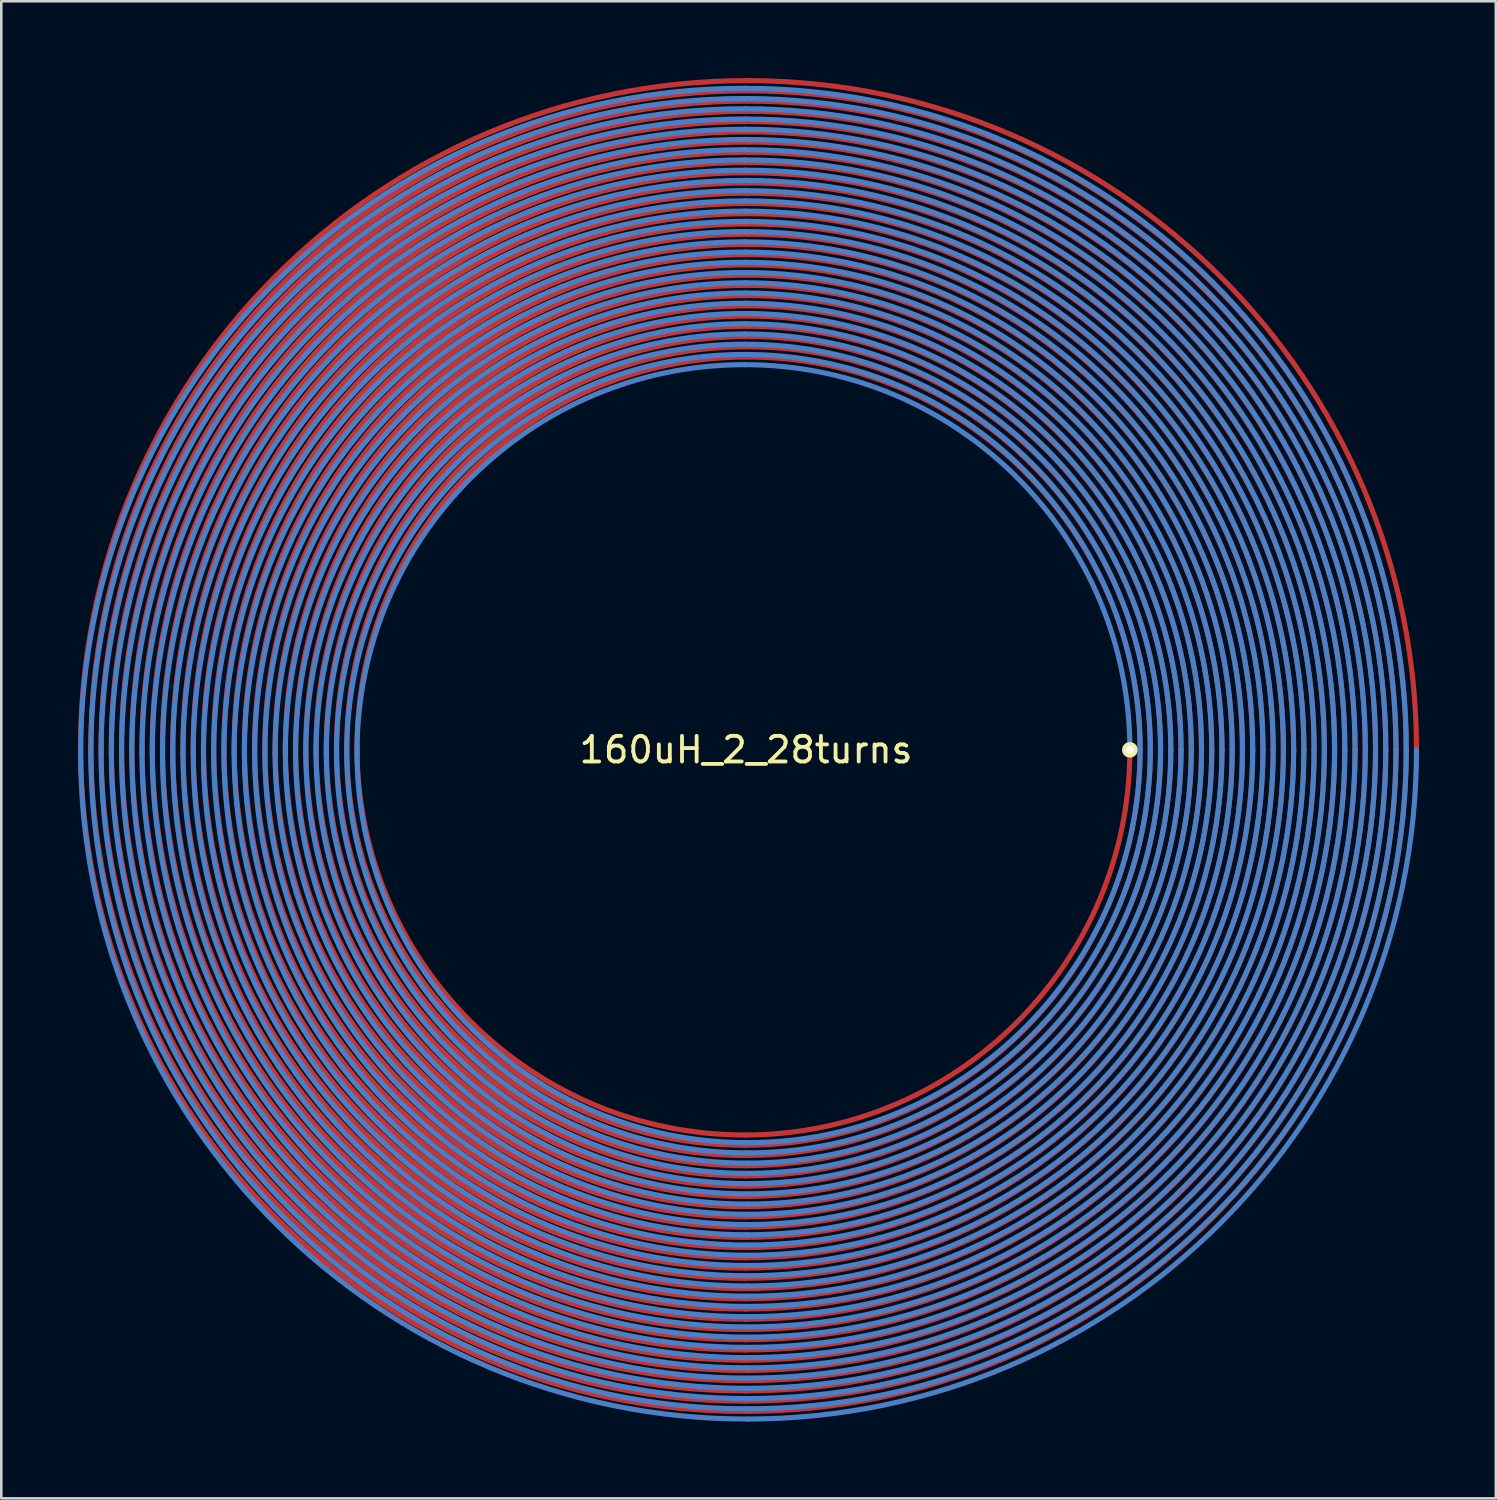
<source format=kicad_pcb>
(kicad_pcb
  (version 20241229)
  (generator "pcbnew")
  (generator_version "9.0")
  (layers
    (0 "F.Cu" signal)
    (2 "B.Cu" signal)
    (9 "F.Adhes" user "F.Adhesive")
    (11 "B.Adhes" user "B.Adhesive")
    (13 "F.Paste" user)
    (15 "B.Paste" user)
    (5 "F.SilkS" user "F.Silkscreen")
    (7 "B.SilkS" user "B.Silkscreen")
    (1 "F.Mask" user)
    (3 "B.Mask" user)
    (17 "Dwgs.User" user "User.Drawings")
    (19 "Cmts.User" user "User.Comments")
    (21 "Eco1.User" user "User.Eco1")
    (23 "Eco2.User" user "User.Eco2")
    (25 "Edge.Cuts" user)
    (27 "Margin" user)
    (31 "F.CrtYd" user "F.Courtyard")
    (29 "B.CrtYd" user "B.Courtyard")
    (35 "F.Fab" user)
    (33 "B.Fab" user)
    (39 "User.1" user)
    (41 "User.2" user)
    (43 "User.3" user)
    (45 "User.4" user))
  (footprint "160uH_2_28turns"
    (layer "F.Cu")
    (at 26.1 26.25)
    (property "Reference" "160uH_2_28turns" (at 0 0 0) (layer "F.SilkS") (effects (font (size 1 1) (thickness 0.15))))
    (attr smd)
    (fp_arc (start -26 -0.1) (mid -18.370132 -18.520132) (end 0.05 -26.15) (stroke (width 0.2) (type solid)) (layer "F.Cu"))
    (fp_arc (start -25.6 -0.1) (mid -18.087289 -18.237289) (end 0.05 -25.75) (stroke (width 0.2) (type solid)) (layer "F.Cu"))
    (fp_arc (start -25.2 -0.1) (mid -17.804446 -17.954446) (end 0.05 -25.35) (stroke (width 0.2) (type solid)) (layer "F.Cu"))
    (fp_arc (start -24.8 -0.1) (mid -17.521604 -17.671604) (end 0.05 -24.95) (stroke (width 0.2) (type solid)) (layer "F.Cu"))
    (fp_arc (start -24.4 -0.1) (mid -17.238761 -17.388761) (end 0.05 -24.55) (stroke (width 0.2) (type solid)) (layer "F.Cu"))
    (fp_arc (start -24 -0.1) (mid -16.955918 -17.105918) (end 0.05 -24.15) (stroke (width 0.2) (type solid)) (layer "F.Cu"))
    (fp_arc (start -23.6 -0.1) (mid -16.673075 -16.823075) (end 0.05 -23.75) (stroke (width 0.2) (type solid)) (layer "F.Cu"))
    (fp_arc (start -23.2 -0.1) (mid -16.390233 -16.540233) (end 0.05 -23.35) (stroke (width 0.2) (type solid)) (layer "F.Cu"))
    (fp_arc (start -22.8 -0.1) (mid -16.10739 -16.25739) (end 0.05 -22.95) (stroke (width 0.2) (type solid)) (layer "F.Cu"))
    (fp_arc (start -22.4 -0.1) (mid -15.824547 -15.974547) (end 0.05 -22.55) (stroke (width 0.2) (type solid)) (layer "F.Cu"))
    (fp_arc (start -22 -0.1) (mid -15.541705 -15.691705) (end 0.05 -22.15) (stroke (width 0.2) (type solid)) (layer "F.Cu"))
    (fp_arc (start -21.6 -0.1) (mid -15.258862 -15.408862) (end 0.05 -21.75) (stroke (width 0.2) (type solid)) (layer "F.Cu"))
    (fp_arc (start -21.2 -0.1) (mid -14.976019 -15.126019) (end 0.05 -21.35) (stroke (width 0.2) (type solid)) (layer "F.Cu"))
    (fp_arc (start -20.8 -0.1) (mid -14.693176 -14.843176) (end 0.05 -20.95) (stroke (width 0.2) (type solid)) (layer "F.Cu"))
    (fp_arc (start -20.4 -0.1) (mid -14.410334 -14.560334) (end 0.05 -20.55) (stroke (width 0.2) (type solid)) (layer "F.Cu"))
    (fp_arc (start -20 -0.1) (mid -14.127491 -14.277491) (end 0.05 -20.15) (stroke (width 0.2) (type solid)) (layer "F.Cu"))
    (fp_arc (start -19.6 -0.1) (mid -13.844648 -13.994648) (end 0.05 -19.75) (stroke (width 0.2) (type solid)) (layer "F.Cu"))
    (fp_arc (start -19.2 -0.1) (mid -13.561806 -13.711806) (end 0.05 -19.35) (stroke (width 0.2) (type solid)) (layer "F.Cu"))
    (fp_arc (start -18.8 -0.1) (mid -13.278963 -13.428963) (end 0.05 -18.95) (stroke (width 0.2) (type solid)) (layer "F.Cu"))
    (fp_arc (start -18.4 -0.1) (mid -12.99612 -13.14612) (end 0.05 -18.55) (stroke (width 0.2) (type solid)) (layer "F.Cu"))
    (fp_arc (start -18 -0.1) (mid -12.713277 -12.863277) (end 0.05 -18.15) (stroke (width 0.2) (type solid)) (layer "F.Cu"))
    (fp_arc (start -17.6 -0.1) (mid -12.430435 -12.580435) (end 0.05 -17.75) (stroke (width 0.2) (type solid)) (layer "F.Cu"))
    (fp_arc (start -17.2 -0.1) (mid -12.147592 -12.297592) (end 0.05 -17.35) (stroke (width 0.2) (type solid)) (layer "F.Cu"))
    (fp_arc (start -16.8 -0.1) (mid -11.864749 -12.014749) (end 0.05 -16.95) (stroke (width 0.2) (type solid)) (layer "F.Cu"))
    (fp_arc (start -16.4 -0.1) (mid -11.581907 -11.731907) (end 0.05 -16.55) (stroke (width 0.2) (type solid)) (layer "F.Cu"))
    (fp_arc (start -16 -0.1) (mid -11.299064 -11.449064) (end 0.05 -16.15) (stroke (width 0.2) (type solid)) (layer "F.Cu"))
    (fp_arc (start -15.6 -0.1) (mid -11.016221 -11.166221) (end 0.05 -15.75) (stroke (width 0.2) (type solid)) (layer "F.Cu"))
    (fp_arc (start -15.2 -0.1) (mid -10.733378 -10.883378) (end 0.05 -15.35) (stroke (width 0.2) (type solid)) (layer "F.Cu"))
    (fp_arc (start -0.05 15.05) (mid -10.762668 10.612668) (end -15.2 -0.1) (stroke (width 0.2) (type solid)) (layer "F.Cu"))
    (fp_arc (start -0.05 15.45) (mid -11.04551 10.89551) (end -15.6 -0.1) (stroke (width 0.2) (type solid)) (layer "F.Cu"))
    (fp_arc (start -0.05 15.85) (mid -11.328353 11.178353) (end -16 -0.1) (stroke (width 0.2) (type solid)) (layer "F.Cu"))
    (fp_arc (start -0.05 16.25) (mid -11.611196 11.461196) (end -16.4 -0.1) (stroke (width 0.2) (type solid)) (layer "F.Cu"))
    (fp_arc (start -0.05 16.65) (mid -11.894039 11.744039) (end -16.8 -0.1) (stroke (width 0.2) (type solid)) (layer "F.Cu"))
    (fp_arc (start -0.05 17.05) (mid -12.176881 12.026881) (end -17.2 -0.1) (stroke (width 0.2) (type solid)) (layer "F.Cu"))
    (fp_arc (start -0.05 17.45) (mid -12.459724 12.309724) (end -17.6 -0.1) (stroke (width 0.2) (type solid)) (layer "F.Cu"))
    (fp_arc (start -0.05 17.85) (mid -12.742567 12.592567) (end -18 -0.1) (stroke (width 0.2) (type solid)) (layer "F.Cu"))
    (fp_arc (start -0.05 18.25) (mid -13.025409 12.875409) (end -18.4 -0.1) (stroke (width 0.2) (type solid)) (layer "F.Cu"))
    (fp_arc (start -0.05 18.65) (mid -13.308252 13.158252) (end -18.8 -0.1) (stroke (width 0.2) (type solid)) (layer "F.Cu"))
    (fp_arc (start -0.05 19.05) (mid -13.591095 13.441095) (end -19.2 -0.1) (stroke (width 0.2) (type solid)) (layer "F.Cu"))
    (fp_arc (start -0.05 19.45) (mid -13.873938 13.723938) (end -19.6 -0.1) (stroke (width 0.2) (type solid)) (layer "F.Cu"))
    (fp_arc (start -0.05 19.85) (mid -14.15678 14.00678) (end -20 -0.1) (stroke (width 0.2) (type solid)) (layer "F.Cu"))
    (fp_arc (start -0.05 20.25) (mid -14.439623 14.289623) (end -20.4 -0.1) (stroke (width 0.2) (type solid)) (layer "F.Cu"))
    (fp_arc (start -0.05 20.65) (mid -14.722466 14.572466) (end -20.8 -0.1) (stroke (width 0.2) (type solid)) (layer "F.Cu"))
    (fp_arc (start -0.05 21.05) (mid -15.005308 14.855308) (end -21.2 -0.1) (stroke (width 0.2) (type solid)) (layer "F.Cu"))
    (fp_arc (start -0.05 21.45) (mid -15.288151 15.138151) (end -21.6 -0.1) (stroke (width 0.2) (type solid)) (layer "F.Cu"))
    (fp_arc (start -0.05 21.85) (mid -15.570994 15.420994) (end -22 -0.1) (stroke (width 0.2) (type solid)) (layer "F.Cu"))
    (fp_arc (start -0.05 22.25) (mid -15.853837 15.703837) (end -22.4 -0.1) (stroke (width 0.2) (type solid)) (layer "F.Cu"))
    (fp_arc (start -0.05 22.65) (mid -16.136679 15.986679) (end -22.8 -0.1) (stroke (width 0.2) (type solid)) (layer "F.Cu"))
    (fp_arc (start -0.05 23.05) (mid -16.419522 16.269522) (end -23.2 -0.1) (stroke (width 0.2) (type solid)) (layer "F.Cu"))
    (fp_arc (start -0.05 23.45) (mid -16.702365 16.552365) (end -23.6 -0.1) (stroke (width 0.2) (type solid)) (layer "F.Cu"))
    (fp_arc (start -0.05 23.85) (mid -16.985207 16.835207) (end -24 -0.1) (stroke (width 0.2) (type solid)) (layer "F.Cu"))
    (fp_arc (start -0.05 24.25) (mid -17.26805 17.11805) (end -24.4 -0.1) (stroke (width 0.2) (type solid)) (layer "F.Cu"))
    (fp_arc (start -0.05 24.65) (mid -17.550893 17.400893) (end -24.8 -0.1) (stroke (width 0.2) (type solid)) (layer "F.Cu"))
    (fp_arc (start -0.05 25.05) (mid -17.833736 17.683736) (end -25.2 -0.1) (stroke (width 0.2) (type solid)) (layer "F.Cu"))
    (fp_arc (start -0.05 25.45) (mid -18.116578 17.966578) (end -25.6 -0.1) (stroke (width 0.2) (type solid)) (layer "F.Cu"))
    (fp_arc (start -0.05 25.85) (mid -18.399421 18.249421) (end -26 -0.1) (stroke (width 0.2) (type solid)) (layer "F.Cu"))
    (fp_arc (start 0.05 -26.15) (mid 18.540842 -18.490842) (end 26.2 0) (stroke (width 0.2) (type solid)) (layer "F.Cu"))
    (fp_arc (start 0.05 -25.75) (mid 18.258 -18.208) (end 25.8 0) (stroke (width 0.2) (type solid)) (layer "F.Cu"))
    (fp_arc (start 0.05 -25.35) (mid 17.975157 -17.925157) (end 25.4 0) (stroke (width 0.2) (type solid)) (layer "F.Cu"))
    (fp_arc (start 0.05 -24.95) (mid 17.692314 -17.642314) (end 25 0) (stroke (width 0.2) (type solid)) (layer "F.Cu"))
    (fp_arc (start 0.05 -24.55) (mid 17.409471 -17.359471) (end 24.6 0) (stroke (width 0.2) (type solid)) (layer "F.Cu"))
    (fp_arc (start 0.05 -24.15) (mid 17.126629 -17.076629) (end 24.2 0) (stroke (width 0.2) (type solid)) (layer "F.Cu"))
    (fp_arc (start 0.05 -23.75) (mid 16.843786 -16.793786) (end 23.8 0) (stroke (width 0.2) (type solid)) (layer "F.Cu"))
    (fp_arc (start 0.05 -23.35) (mid 16.560943 -16.510943) (end 23.4 0) (stroke (width 0.2) (type solid)) (layer "F.Cu"))
    (fp_arc (start 0.05 -22.95) (mid 16.278101 -16.228101) (end 23 0) (stroke (width 0.2) (type solid)) (layer "F.Cu"))
    (fp_arc (start 0.05 -22.55) (mid 15.995258 -15.945258) (end 22.6 0) (stroke (width 0.2) (type solid)) (layer "F.Cu"))
    (fp_arc (start 0.05 -22.15) (mid 15.712415 -15.662415) (end 22.2 0) (stroke (width 0.2) (type solid)) (layer "F.Cu"))
    (fp_arc (start 0.05 -21.75) (mid 15.429572 -15.379572) (end 21.8 0) (stroke (width 0.2) (type solid)) (layer "F.Cu"))
    (fp_arc (start 0.05 -21.35) (mid 15.14673 -15.09673) (end 21.4 0) (stroke (width 0.2) (type solid)) (layer "F.Cu"))
    (fp_arc (start 0.05 -20.95) (mid 14.863887 -14.813887) (end 21 0) (stroke (width 0.2) (type solid)) (layer "F.Cu"))
    (fp_arc (start 0.05 -20.55) (mid 14.581044 -14.531044) (end 20.6 0) (stroke (width 0.2) (type solid)) (layer "F.Cu"))
    (fp_arc (start 0.05 -20.15) (mid 14.298202 -14.248202) (end 20.2 0) (stroke (width 0.2) (type solid)) (layer "F.Cu"))
    (fp_arc (start 0.05 -19.75) (mid 14.015359 -13.965359) (end 19.8 0) (stroke (width 0.2) (type solid)) (layer "F.Cu"))
    (fp_arc (start 0.05 -19.35) (mid 13.732516 -13.682516) (end 19.4 0) (stroke (width 0.2) (type solid)) (layer "F.Cu"))
    (fp_arc (start 0.05 -18.95) (mid 13.449674 -13.399674) (end 19 0) (stroke (width 0.2) (type solid)) (layer "F.Cu"))
    (fp_arc (start 0.05 -18.55) (mid 13.166831 -13.116831) (end 18.6 0) (stroke (width 0.2) (type solid)) (layer "F.Cu"))
    (fp_arc (start 0.05 -18.15) (mid 12.883988 -12.833988) (end 18.2 0) (stroke (width 0.2) (type solid)) (layer "F.Cu"))
    (fp_arc (start 0.05 -17.75) (mid 12.601145 -12.551145) (end 17.8 0) (stroke (width 0.2) (type solid)) (layer "F.Cu"))
    (fp_arc (start 0.05 -17.35) (mid 12.318303 -12.268303) (end 17.4 0) (stroke (width 0.2) (type solid)) (layer "F.Cu"))
    (fp_arc (start 0.05 -16.95) (mid 12.03546 -11.98546) (end 17 0) (stroke (width 0.2) (type solid)) (layer "F.Cu"))
    (fp_arc (start 0.05 -16.55) (mid 11.752617 -11.702617) (end 16.6 0) (stroke (width 0.2) (type solid)) (layer "F.Cu"))
    (fp_arc (start 0.05 -16.15) (mid 11.469775 -11.419775) (end 16.2 0) (stroke (width 0.2) (type solid)) (layer "F.Cu"))
    (fp_arc (start 0.05 -15.75) (mid 11.186932 -11.136932) (end 15.8 0) (stroke (width 0.2) (type solid)) (layer "F.Cu"))
    (fp_arc (start 0.05 -15.35) (mid 10.904089 -10.854089) (end 15.4 0) (stroke (width 0.2) (type solid)) (layer "F.Cu"))
    (fp_arc (start 15 0) (mid 10.591957 10.641957) (end -0.05 15.05) (stroke (width 0.2) (type solid)) (layer "F.Cu"))
    (fp_arc (start 15.4 0) (mid 10.8748 10.9248) (end -0.05 15.45) (stroke (width 0.2) (type solid)) (layer "F.Cu"))
    (fp_arc (start 15.8 0) (mid 11.157642 11.207642) (end -0.05 15.85) (stroke (width 0.2) (type solid)) (layer "F.Cu"))
    (fp_arc (start 16.2 0) (mid 11.440485 11.490485) (end -0.05 16.25) (stroke (width 0.2) (type solid)) (layer "F.Cu"))
    (fp_arc (start 16.6 0) (mid 11.723328 11.773328) (end -0.05 16.65) (stroke (width 0.2) (type solid)) (layer "F.Cu"))
    (fp_arc (start 17 0) (mid 12.006171 12.056171) (end -0.05 17.05) (stroke (width 0.2) (type solid)) (layer "F.Cu"))
    (fp_arc (start 17.4 0) (mid 12.289013 12.339013) (end -0.05 17.45) (stroke (width 0.2) (type solid)) (layer "F.Cu"))
    (fp_arc (start 17.8 0) (mid 12.571856 12.621856) (end -0.05 17.85) (stroke (width 0.2) (type solid)) (layer "F.Cu"))
    (fp_arc (start 18.2 0) (mid 12.854699 12.904699) (end -0.05 18.25) (stroke (width 0.2) (type solid)) (layer "F.Cu"))
    (fp_arc (start 18.6 0) (mid 13.137541 13.187541) (end -0.05 18.65) (stroke (width 0.2) (type solid)) (layer "F.Cu"))
    (fp_arc (start 19 0) (mid 13.420384 13.470384) (end -0.05 19.05) (stroke (width 0.2) (type solid)) (layer "F.Cu"))
    (fp_arc (start 19.4 0) (mid 13.703227 13.753227) (end -0.05 19.45) (stroke (width 0.2) (type solid)) (layer "F.Cu"))
    (fp_arc (start 19.8 0) (mid 13.98607 14.03607) (end -0.05 19.85) (stroke (width 0.2) (type solid)) (layer "F.Cu"))
    (fp_arc (start 20.2 0) (mid 14.268912 14.318912) (end -0.05 20.25) (stroke (width 0.2) (type solid)) (layer "F.Cu"))
    (fp_arc (start 20.6 0) (mid 14.551755 14.601755) (end -0.05 20.65) (stroke (width 0.2) (type solid)) (layer "F.Cu"))
    (fp_arc (start 21 0) (mid 14.834598 14.884598) (end -0.05 21.05) (stroke (width 0.2) (type solid)) (layer "F.Cu"))
    (fp_arc (start 21.4 0) (mid 15.11744 15.16744) (end -0.05 21.45) (stroke (width 0.2) (type solid)) (layer "F.Cu"))
    (fp_arc (start 21.8 0) (mid 15.400283 15.450283) (end -0.05 21.85) (stroke (width 0.2) (type solid)) (layer "F.Cu"))
    (fp_arc (start 22.2 0) (mid 15.683126 15.733126) (end -0.05 22.25) (stroke (width 0.2) (type solid)) (layer "F.Cu"))
    (fp_arc (start 22.6 0) (mid 15.965969 16.015969) (end -0.05 22.65) (stroke (width 0.2) (type solid)) (layer "F.Cu"))
    (fp_arc (start 23 0) (mid 16.248811 16.298811) (end -0.05 23.05) (stroke (width 0.2) (type solid)) (layer "F.Cu"))
    (fp_arc (start 23.4 0) (mid 16.531654 16.581654) (end -0.05 23.45) (stroke (width 0.2) (type solid)) (layer "F.Cu"))
    (fp_arc (start 23.8 0) (mid 16.814497 16.864497) (end -0.05 23.85) (stroke (width 0.2) (type solid)) (layer "F.Cu"))
    (fp_arc (start 24.2 0) (mid 17.097339 17.147339) (end -0.05 24.25) (stroke (width 0.2) (type solid)) (layer "F.Cu"))
    (fp_arc (start 24.6 0) (mid 17.380182 17.430182) (end -0.05 24.65) (stroke (width 0.2) (type solid)) (layer "F.Cu"))
    (fp_arc (start 25 0) (mid 17.663025 17.713025) (end -0.05 25.05) (stroke (width 0.2) (type solid)) (layer "F.Cu"))
    (fp_arc (start 25.4 0) (mid 17.945868 17.995868) (end -0.05 25.45) (stroke (width 0.2) (type solid)) (layer "F.Cu"))
    (fp_arc (start 25.8 0) (mid 18.22871 18.27871) (end -0.05 25.85) (stroke (width 0.2) (type solid)) (layer "F.Cu"))
    (fp_arc (start -26 0.1) (mid -18.399421 -18.249421) (end -0.05 -25.85) (stroke (width 0.2) (type solid)) (layer "B.Cu"))
    (fp_arc (start -25.6 0.1) (mid -18.116578 -17.966578) (end -0.05 -25.45) (stroke (width 0.2) (type solid)) (layer "B.Cu"))
    (fp_arc (start -25.2 0.1) (mid -17.833736 -17.683736) (end -0.05 -25.05) (stroke (width 0.2) (type solid)) (layer "B.Cu"))
    (fp_arc (start -24.8 0.1) (mid -17.550893 -17.400893) (end -0.05 -24.65) (stroke (width 0.2) (type solid)) (layer "B.Cu"))
    (fp_arc (start -24.4 0.1) (mid -17.26805 -17.11805) (end -0.05 -24.25) (stroke (width 0.2) (type solid)) (layer "B.Cu"))
    (fp_arc (start -24 0.1) (mid -16.985207 -16.835207) (end -0.05 -23.85) (stroke (width 0.2) (type solid)) (layer "B.Cu"))
    (fp_arc (start -23.6 0.1) (mid -16.702365 -16.552365) (end -0.05 -23.45) (stroke (width 0.2) (type solid)) (layer "B.Cu"))
    (fp_arc (start -23.2 0.1) (mid -16.419522 -16.269522) (end -0.05 -23.05) (stroke (width 0.2) (type solid)) (layer "B.Cu"))
    (fp_arc (start -22.8 0.1) (mid -16.136679 -15.986679) (end -0.05 -22.65) (stroke (width 0.2) (type solid)) (layer "B.Cu"))
    (fp_arc (start -22.4 0.1) (mid -15.853837 -15.703837) (end -0.05 -22.25) (stroke (width 0.2) (type solid)) (layer "B.Cu"))
    (fp_arc (start -22 0.1) (mid -15.570994 -15.420994) (end -0.05 -21.85) (stroke (width 0.2) (type solid)) (layer "B.Cu"))
    (fp_arc (start -21.6 0.1) (mid -15.288151 -15.138151) (end -0.05 -21.45) (stroke (width 0.2) (type solid)) (layer "B.Cu"))
    (fp_arc (start -21.2 0.1) (mid -15.005308 -14.855308) (end -0.05 -21.05) (stroke (width 0.2) (type solid)) (layer "B.Cu"))
    (fp_arc (start -20.8 0.1) (mid -14.722466 -14.572466) (end -0.05 -20.65) (stroke (width 0.2) (type solid)) (layer "B.Cu"))
    (fp_arc (start -20.4 0.1) (mid -14.439623 -14.289623) (end -0.05 -20.25) (stroke (width 0.2) (type solid)) (layer "B.Cu"))
    (fp_arc (start -20 0.1) (mid -14.15678 -14.00678) (end -0.05 -19.85) (stroke (width 0.2) (type solid)) (layer "B.Cu"))
    (fp_arc (start -19.6 0.1) (mid -13.873938 -13.723938) (end -0.05 -19.45) (stroke (width 0.2) (type solid)) (layer "B.Cu"))
    (fp_arc (start -19.2 0.1) (mid -13.591095 -13.441095) (end -0.05 -19.05) (stroke (width 0.2) (type solid)) (layer "B.Cu"))
    (fp_arc (start -18.8 0.1) (mid -13.308252 -13.158252) (end -0.05 -18.65) (stroke (width 0.2) (type solid)) (layer "B.Cu"))
    (fp_arc (start -18.4 0.1) (mid -13.025409 -12.875409) (end -0.05 -18.25) (stroke (width 0.2) (type solid)) (layer "B.Cu"))
    (fp_arc (start -18 0.1) (mid -12.742567 -12.592567) (end -0.05 -17.85) (stroke (width 0.2) (type solid)) (layer "B.Cu"))
    (fp_arc (start -17.6 0.1) (mid -12.459724 -12.309724) (end -0.05 -17.45) (stroke (width 0.2) (type solid)) (layer "B.Cu"))
    (fp_arc (start -17.2 0.1) (mid -12.176881 -12.026881) (end -0.05 -17.05) (stroke (width 0.2) (type solid)) (layer "B.Cu"))
    (fp_arc (start -16.8 0.1) (mid -11.894039 -11.744039) (end -0.05 -16.65) (stroke (width 0.2) (type solid)) (layer "B.Cu"))
    (fp_arc (start -16.4 0.1) (mid -11.611196 -11.461196) (end -0.05 -16.25) (stroke (width 0.2) (type solid)) (layer "B.Cu"))
    (fp_arc (start -16 0.1) (mid -11.328353 -11.178353) (end -0.05 -15.85) (stroke (width 0.2) (type solid)) (layer "B.Cu"))
    (fp_arc (start -15.6 0.1) (mid -11.04551 -10.89551) (end -0.05 -15.45) (stroke (width 0.2) (type solid)) (layer "B.Cu"))
    (fp_arc (start -15.2 0.1) (mid -10.762668 -10.612668) (end -0.05 -15.05) (stroke (width 0.2) (type solid)) (layer "B.Cu"))
    (fp_arc (start -0.05 -25.85) (mid 18.22871 -18.27871) (end 25.8 0) (stroke (width 0.2) (type solid)) (layer "B.Cu"))
    (fp_arc (start -0.05 -25.45) (mid 17.945868 -17.995868) (end 25.4 0) (stroke (width 0.2) (type solid)) (layer "B.Cu"))
    (fp_arc (start -0.05 -25.05) (mid 17.663025 -17.713025) (end 25 0) (stroke (width 0.2) (type solid)) (layer "B.Cu"))
    (fp_arc (start -0.05 -24.65) (mid 17.380182 -17.430182) (end 24.6 0) (stroke (width 0.2) (type solid)) (layer "B.Cu"))
    (fp_arc (start -0.05 -24.25) (mid 17.097339 -17.147339) (end 24.2 0) (stroke (width 0.2) (type solid)) (layer "B.Cu"))
    (fp_arc (start -0.05 -23.85) (mid 16.814497 -16.864497) (end 23.8 0) (stroke (width 0.2) (type solid)) (layer "B.Cu"))
    (fp_arc (start -0.05 -23.45) (mid 16.531654 -16.581654) (end 23.4 0) (stroke (width 0.2) (type solid)) (layer "B.Cu"))
    (fp_arc (start -0.05 -23.05) (mid 16.248811 -16.298811) (end 23 0) (stroke (width 0.2) (type solid)) (layer "B.Cu"))
    (fp_arc (start -0.05 -22.65) (mid 15.965969 -16.015969) (end 22.6 0) (stroke (width 0.2) (type solid)) (layer "B.Cu"))
    (fp_arc (start -0.05 -22.25) (mid 15.683126 -15.733126) (end 22.2 0) (stroke (width 0.2) (type solid)) (layer "B.Cu"))
    (fp_arc (start -0.05 -21.85) (mid 15.400283 -15.450283) (end 21.8 0) (stroke (width 0.2) (type solid)) (layer "B.Cu"))
    (fp_arc (start -0.05 -21.45) (mid 15.11744 -15.16744) (end 21.4 0) (stroke (width 0.2) (type solid)) (layer "B.Cu"))
    (fp_arc (start -0.05 -21.05) (mid 14.834598 -14.884598) (end 21 0) (stroke (width 0.2) (type solid)) (layer "B.Cu"))
    (fp_arc (start -0.05 -20.65) (mid 14.551755 -14.601755) (end 20.6 0) (stroke (width 0.2) (type solid)) (layer "B.Cu"))
    (fp_arc (start -0.05 -20.25) (mid 14.268912 -14.318912) (end 20.2 0) (stroke (width 0.2) (type solid)) (layer "B.Cu"))
    (fp_arc (start -0.05 -19.85) (mid 13.98607 -14.03607) (end 19.8 0) (stroke (width 0.2) (type solid)) (layer "B.Cu"))
    (fp_arc (start -0.05 -19.45) (mid 13.703227 -13.753227) (end 19.4 0) (stroke (width 0.2) (type solid)) (layer "B.Cu"))
    (fp_arc (start -0.05 -19.05) (mid 13.420384 -13.470384) (end 19 0) (stroke (width 0.2) (type solid)) (layer "B.Cu"))
    (fp_arc (start -0.05 -18.65) (mid 13.137541 -13.187541) (end 18.6 0) (stroke (width 0.2) (type solid)) (layer "B.Cu"))
    (fp_arc (start -0.05 -18.25) (mid 12.854699 -12.904699) (end 18.2 0) (stroke (width 0.2) (type solid)) (layer "B.Cu"))
    (fp_arc (start -0.05 -17.85) (mid 12.571856 -12.621856) (end 17.8 0) (stroke (width 0.2) (type solid)) (layer "B.Cu"))
    (fp_arc (start -0.05 -17.45) (mid 12.289013 -12.339013) (end 17.4 0) (stroke (width 0.2) (type solid)) (layer "B.Cu"))
    (fp_arc (start -0.05 -17.05) (mid 12.006171 -12.056171) (end 17 0) (stroke (width 0.2) (type solid)) (layer "B.Cu"))
    (fp_arc (start -0.05 -16.65) (mid 11.723328 -11.773328) (end 16.6 0) (stroke (width 0.2) (type solid)) (layer "B.Cu"))
    (fp_arc (start -0.05 -16.25) (mid 11.440485 -11.490485) (end 16.2 0) (stroke (width 0.2) (type solid)) (layer "B.Cu"))
    (fp_arc (start -0.05 -15.85) (mid 11.157642 -11.207642) (end 15.8 0) (stroke (width 0.2) (type solid)) (layer "B.Cu"))
    (fp_arc (start -0.05 -15.45) (mid 10.8748 -10.9248) (end 15.4 0) (stroke (width 0.2) (type solid)) (layer "B.Cu"))
    (fp_arc (start -0.05 -15.05) (mid 10.591957 -10.641957) (end 15 0) (stroke (width 0.2) (type solid)) (layer "B.Cu"))
    (fp_arc (start 0.05 15.35) (mid -10.733378 10.883378) (end -15.2 0.1) (stroke (width 0.2) (type solid)) (layer "B.Cu"))
    (fp_arc (start 0.05 15.75) (mid -11.016221 11.166221) (end -15.6 0.1) (stroke (width 0.2) (type solid)) (layer "B.Cu"))
    (fp_arc (start 0.05 16.15) (mid -11.299064 11.449064) (end -16 0.1) (stroke (width 0.2) (type solid)) (layer "B.Cu"))
    (fp_arc (start 0.05 16.55) (mid -11.581907 11.731907) (end -16.4 0.1) (stroke (width 0.2) (type solid)) (layer "B.Cu"))
    (fp_arc (start 0.05 16.95) (mid -11.864749 12.014749) (end -16.8 0.1) (stroke (width 0.2) (type solid)) (layer "B.Cu"))
    (fp_arc (start 0.05 17.35) (mid -12.147592 12.297592) (end -17.2 0.1) (stroke (width 0.2) (type solid)) (layer "B.Cu"))
    (fp_arc (start 0.05 17.75) (mid -12.430435 12.580435) (end -17.6 0.1) (stroke (width 0.2) (type solid)) (layer "B.Cu"))
    (fp_arc (start 0.05 18.15) (mid -12.713277 12.863277) (end -18 0.1) (stroke (width 0.2) (type solid)) (layer "B.Cu"))
    (fp_arc (start 0.05 18.55) (mid -12.99612 13.14612) (end -18.4 0.1) (stroke (width 0.2) (type solid)) (layer "B.Cu"))
    (fp_arc (start 0.05 18.95) (mid -13.278963 13.428963) (end -18.8 0.1) (stroke (width 0.2) (type solid)) (layer "B.Cu"))
    (fp_arc (start 0.05 19.35) (mid -13.561806 13.711806) (end -19.2 0.1) (stroke (width 0.2) (type solid)) (layer "B.Cu"))
    (fp_arc (start 0.05 19.75) (mid -13.844648 13.994648) (end -19.6 0.1) (stroke (width 0.2) (type solid)) (layer "B.Cu"))
    (fp_arc (start 0.05 20.15) (mid -14.127491 14.277491) (end -20 0.1) (stroke (width 0.2) (type solid)) (layer "B.Cu"))
    (fp_arc (start 0.05 20.55) (mid -14.410334 14.560334) (end -20.4 0.1) (stroke (width 0.2) (type solid)) (layer "B.Cu"))
    (fp_arc (start 0.05 20.95) (mid -14.693176 14.843176) (end -20.8 0.1) (stroke (width 0.2) (type solid)) (layer "B.Cu"))
    (fp_arc (start 0.05 21.35) (mid -14.976019 15.126019) (end -21.2 0.1) (stroke (width 0.2) (type solid)) (layer "B.Cu"))
    (fp_arc (start 0.05 21.75) (mid -15.258862 15.408862) (end -21.6 0.1) (stroke (width 0.2) (type solid)) (layer "B.Cu"))
    (fp_arc (start 0.05 22.15) (mid -15.541705 15.691705) (end -22 0.1) (stroke (width 0.2) (type solid)) (layer "B.Cu"))
    (fp_arc (start 0.05 22.55) (mid -15.824547 15.974547) (end -22.4 0.1) (stroke (width 0.2) (type solid)) (layer "B.Cu"))
    (fp_arc (start 0.05 22.95) (mid -16.10739 16.25739) (end -22.8 0.1) (stroke (width 0.2) (type solid)) (layer "B.Cu"))
    (fp_arc (start 0.05 23.35) (mid -16.390233 16.540233) (end -23.2 0.1) (stroke (width 0.2) (type solid)) (layer "B.Cu"))
    (fp_arc (start 0.05 23.75) (mid -16.673075 16.823075) (end -23.6 0.1) (stroke (width 0.2) (type solid)) (layer "B.Cu"))
    (fp_arc (start 0.05 24.15) (mid -16.955918 17.105918) (end -24 0.1) (stroke (width 0.2) (type solid)) (layer "B.Cu"))
    (fp_arc (start 0.05 24.55) (mid -17.238761 17.388761) (end -24.4 0.1) (stroke (width 0.2) (type solid)) (layer "B.Cu"))
    (fp_arc (start 0.05 24.95) (mid -17.521604 17.671604) (end -24.8 0.1) (stroke (width 0.2) (type solid)) (layer "B.Cu"))
    (fp_arc (start 0.05 25.35) (mid -17.804446 17.954446) (end -25.2 0.1) (stroke (width 0.2) (type solid)) (layer "B.Cu"))
    (fp_arc (start 0.05 25.75) (mid -18.087289 18.237289) (end -25.6 0.1) (stroke (width 0.2) (type solid)) (layer "B.Cu"))
    (fp_arc (start 0.05 26.15) (mid -18.370132 18.520132) (end -26 0.1) (stroke (width 0.2) (type solid)) (layer "B.Cu"))
    (fp_arc (start 15.4 0) (mid 10.904089 10.854089) (end 0.05 15.35) (stroke (width 0.2) (type solid)) (layer "B.Cu"))
    (fp_arc (start 15.8 0) (mid 11.186932 11.136932) (end 0.05 15.75) (stroke (width 0.2) (type solid)) (layer "B.Cu"))
    (fp_arc (start 16.2 0) (mid 11.469775 11.419775) (end 0.05 16.15) (stroke (width 0.2) (type solid)) (layer "B.Cu"))
    (fp_arc (start 16.6 0) (mid 11.752617 11.702617) (end 0.05 16.55) (stroke (width 0.2) (type solid)) (layer "B.Cu"))
    (fp_arc (start 17 0) (mid 12.03546 11.98546) (end 0.05 16.95) (stroke (width 0.2) (type solid)) (layer "B.Cu"))
    (fp_arc (start 17.4 0) (mid 12.318303 12.268303) (end 0.05 17.35) (stroke (width 0.2) (type solid)) (layer "B.Cu"))
    (fp_arc (start 17.8 0) (mid 12.601145 12.551145) (end 0.05 17.75) (stroke (width 0.2) (type solid)) (layer "B.Cu"))
    (fp_arc (start 18.2 0) (mid 12.883988 12.833988) (end 0.05 18.15) (stroke (width 0.2) (type solid)) (layer "B.Cu"))
    (fp_arc (start 18.6 0) (mid 13.166831 13.116831) (end 0.05 18.55) (stroke (width 0.2) (type solid)) (layer "B.Cu"))
    (fp_arc (start 19 0) (mid 13.449674 13.399674) (end 0.05 18.95) (stroke (width 0.2) (type solid)) (layer "B.Cu"))
    (fp_arc (start 19.4 0) (mid 13.732516 13.682516) (end 0.05 19.35) (stroke (width 0.2) (type solid)) (layer "B.Cu"))
    (fp_arc (start 19.8 0) (mid 14.015359 13.965359) (end 0.05 19.75) (stroke (width 0.2) (type solid)) (layer "B.Cu"))
    (fp_arc (start 20.2 0) (mid 14.298202 14.248202) (end 0.05 20.15) (stroke (width 0.2) (type solid)) (layer "B.Cu"))
    (fp_arc (start 20.6 0) (mid 14.581044 14.531044) (end 0.05 20.55) (stroke (width 0.2) (type solid)) (layer "B.Cu"))
    (fp_arc (start 21 0) (mid 14.863887 14.813887) (end 0.05 20.95) (stroke (width 0.2) (type solid)) (layer "B.Cu"))
    (fp_arc (start 21.4 0) (mid 15.14673 15.09673) (end 0.05 21.35) (stroke (width 0.2) (type solid)) (layer "B.Cu"))
    (fp_arc (start 21.8 0) (mid 15.429572 15.379572) (end 0.05 21.75) (stroke (width 0.2) (type solid)) (layer "B.Cu"))
    (fp_arc (start 22.2 0) (mid 15.712415 15.662415) (end 0.05 22.15) (stroke (width 0.2) (type solid)) (layer "B.Cu"))
    (fp_arc (start 22.6 0) (mid 15.995258 15.945258) (end 0.05 22.55) (stroke (width 0.2) (type solid)) (layer "B.Cu"))
    (fp_arc (start 23 0) (mid 16.278101 16.228101) (end 0.05 22.95) (stroke (width 0.2) (type solid)) (layer "B.Cu"))
    (fp_arc (start 23.4 0) (mid 16.560943 16.510943) (end 0.05 23.35) (stroke (width 0.2) (type solid)) (layer "B.Cu"))
    (fp_arc (start 23.8 0) (mid 16.843786 16.793786) (end 0.05 23.75) (stroke (width 0.2) (type solid)) (layer "B.Cu"))
    (fp_arc (start 24.2 0) (mid 17.126629 17.076629) (end 0.05 24.15) (stroke (width 0.2) (type solid)) (layer "B.Cu"))
    (fp_arc (start 24.6 0) (mid 17.409471 17.359471) (end 0.05 24.55) (stroke (width 0.2) (type solid)) (layer "B.Cu"))
    (fp_arc (start 25 0) (mid 17.692314 17.642314) (end 0.05 24.95) (stroke (width 0.2) (type solid)) (layer "B.Cu"))
    (fp_arc (start 25.4 0) (mid 17.975157 17.925157) (end 0.05 25.35) (stroke (width 0.2) (type solid)) (layer "B.Cu"))
    (fp_arc (start 25.8 0) (mid 18.258 18.208) (end 0.05 25.75) (stroke (width 0.2) (type solid)) (layer "B.Cu"))
    (fp_arc (start 26.2 0) (mid 18.540842 18.490842) (end 0.05 26.15) (stroke (width 0.2) (type solid)) (layer "B.Cu"))
    (pad "1" smd rect (at 26.2 0) (size 0.1 0.1) (layers "F.Cu" "F.Mask" "F.Paste"))
    (pad "2" smd rect (at 26.2 0) (size 0.1 0.1) (layers "B.Cu" "B.Mask" "B.Paste"))
    (pad "lc" thru_hole circle (at 15 0) (size 0.6 0.6) (drill 0.3) (layers "*.Cu" "*.Mask" "F.SilkS")))
  (gr_rect
    (start -3 -3)
    (end 55.4 55.5)
    (stroke (width 0.1) (type default))
    (fill no)
    (layer "Edge.Cuts")))
</source>
